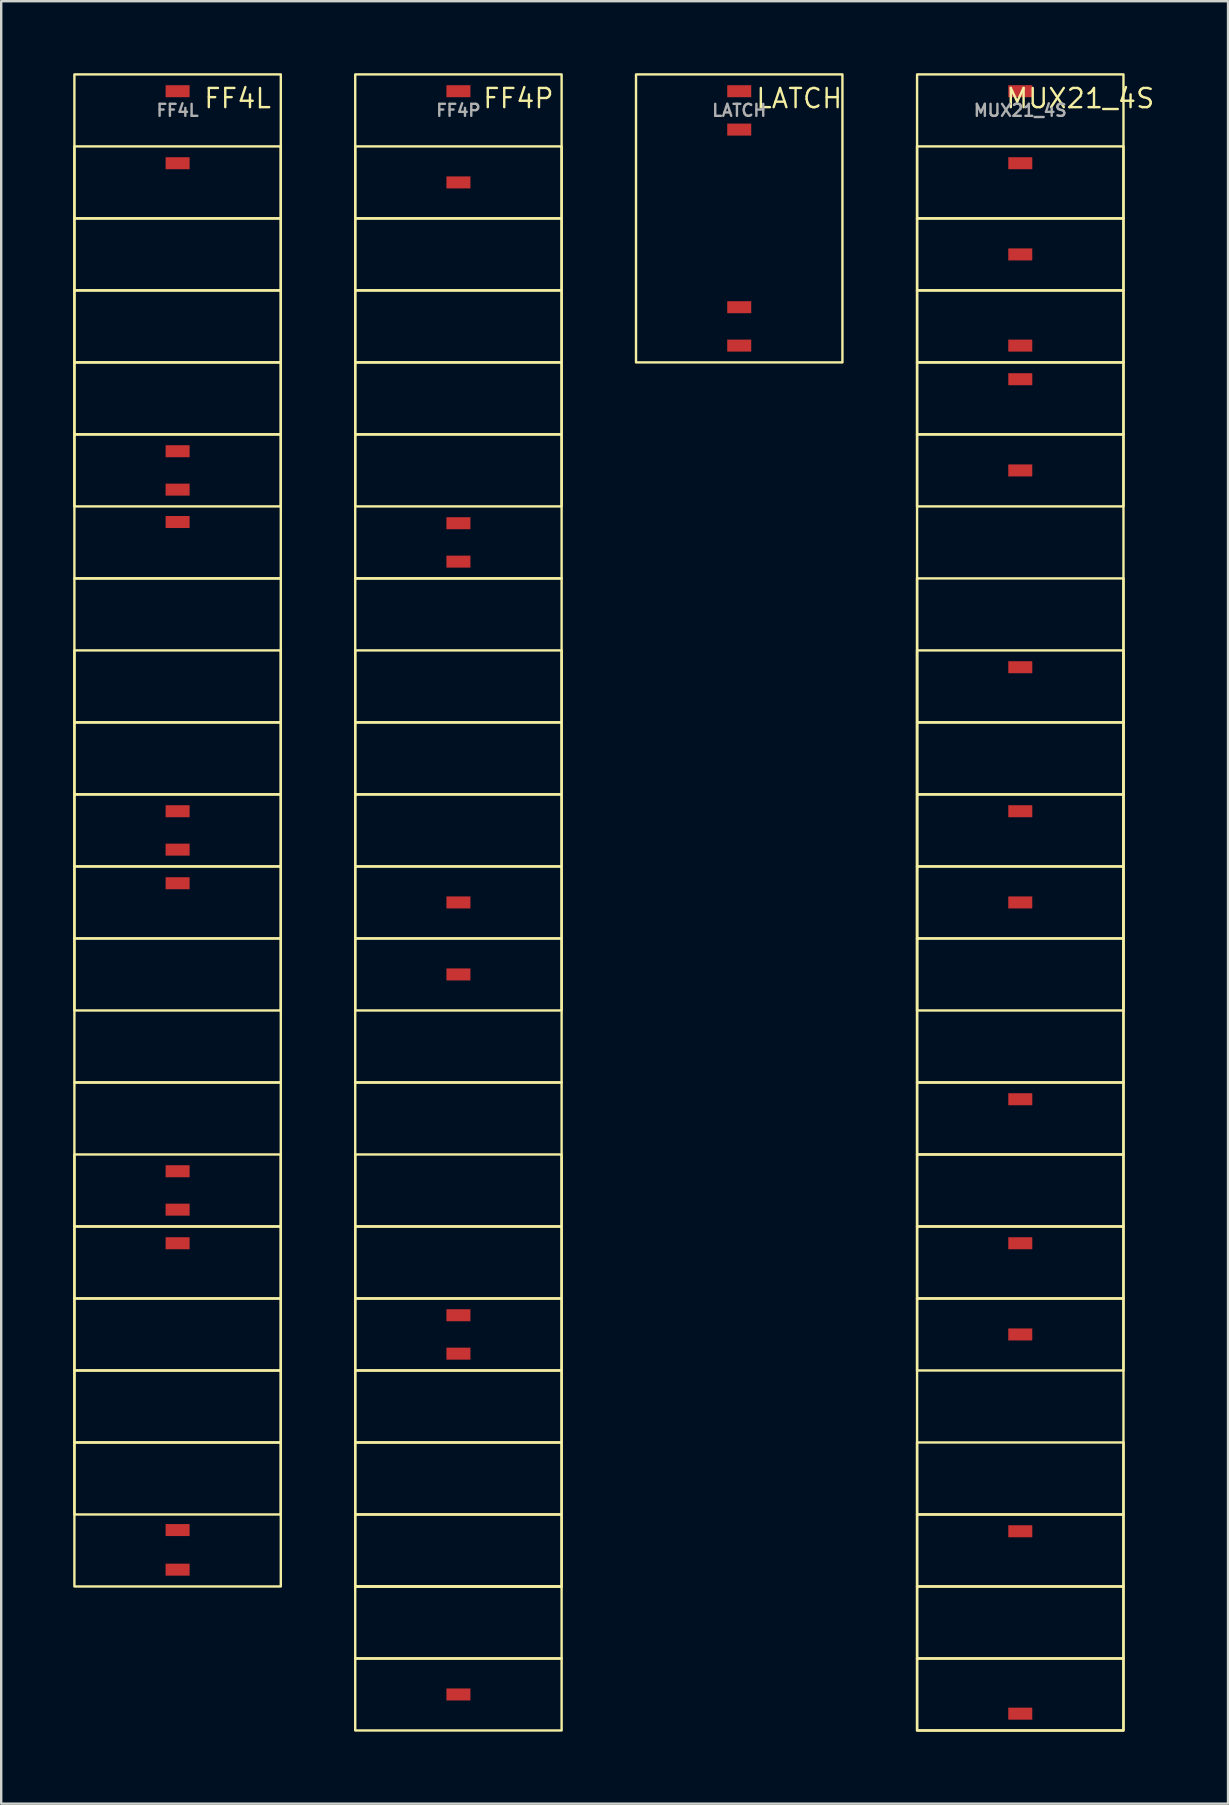
<source format=kicad_pcb>
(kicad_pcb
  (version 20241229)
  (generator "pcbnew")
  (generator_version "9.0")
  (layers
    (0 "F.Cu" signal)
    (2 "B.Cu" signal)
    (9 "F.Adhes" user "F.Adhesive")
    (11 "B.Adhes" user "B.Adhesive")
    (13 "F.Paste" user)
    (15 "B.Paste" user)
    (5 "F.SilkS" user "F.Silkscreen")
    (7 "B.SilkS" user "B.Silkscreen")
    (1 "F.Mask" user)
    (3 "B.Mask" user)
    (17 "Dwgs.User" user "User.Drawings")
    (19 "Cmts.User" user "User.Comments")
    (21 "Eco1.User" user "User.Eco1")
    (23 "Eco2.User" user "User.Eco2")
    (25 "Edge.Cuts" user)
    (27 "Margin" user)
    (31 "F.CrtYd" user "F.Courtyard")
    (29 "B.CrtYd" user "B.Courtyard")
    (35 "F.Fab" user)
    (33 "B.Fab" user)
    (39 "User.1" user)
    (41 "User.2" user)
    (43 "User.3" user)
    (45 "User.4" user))
  (footprint "MUX21_4S"
    (layer "F.Cu")
    (at 39.46 1.55)
    (property "Reference" "MUX21_4S" (at 2.5 -0.5 0) (unlocked yes) (layer "F.SilkS") (effects (font (size 0.8 0.8) (thickness 0.1))))
    (attr smd)
    (fp_rect (start -4.3 -1.5) (end 4.3 67.5) (stroke (width 0.1) (type default)) (fill no) (layer "F.SilkS"))
    (fp_rect (start -4.3 1.5) (end 4.3 4.5) (stroke (width 0.1) (type default)) (fill no) (layer "F.SilkS"))
    (fp_rect (start -4.3 4.5) (end 4.3 7.5) (stroke (width 0.1) (type default)) (fill no) (layer "F.SilkS"))
    (fp_rect (start -4.3 7.5) (end 4.3 10.5) (stroke (width 0.1) (type default)) (fill no) (layer "F.SilkS"))
    (fp_rect (start -4.3 10.5) (end 4.3 13.5) (stroke (width 0.1) (type default)) (fill no) (layer "F.SilkS"))
    (fp_rect (start -4.3 13.5) (end 4.3 16.5) (stroke (width 0.1) (type default)) (fill no) (layer "F.SilkS"))
    (fp_rect (start -4.3 19.5) (end 4.3 40.5) (stroke (width 0.1) (type default)) (fill no) (layer "F.SilkS"))
    (fp_rect (start -4.3 22.5) (end 4.3 25.5) (stroke (width 0.1) (type default)) (fill no) (layer "F.SilkS"))
    (fp_rect (start -4.3 25.5) (end 4.3 28.5) (stroke (width 0.1) (type default)) (fill no) (layer "F.SilkS"))
    (fp_rect (start -4.3 28.5) (end 4.3 31.5) (stroke (width 0.1) (type default)) (fill no) (layer "F.SilkS"))
    (fp_rect (start -4.3 31.5) (end 4.3 34.5) (stroke (width 0.1) (type default)) (fill no) (layer "F.SilkS"))
    (fp_rect (start -4.3 34.5) (end 4.3 37.5) (stroke (width 0.1) (type default)) (fill no) (layer "F.SilkS"))
    (fp_rect (start -4.3 40.5) (end 4.3 43.5) (stroke (width 0.1) (type default)) (fill no) (layer "F.SilkS"))
    (fp_rect (start -4.3 43.5) (end 4.3 46.5) (stroke (width 0.1) (type default)) (fill no) (layer "F.SilkS"))
    (fp_rect (start -4.3 46.5) (end 4.3 49.5) (stroke (width 0.1) (type default)) (fill no) (layer "F.SilkS"))
    (fp_rect (start -4.3 49.5) (end 4.3 52.5) (stroke (width 0.1) (type default)) (fill no) (layer "F.SilkS"))
    (fp_rect (start -4.3 55.5) (end 4.3 58.5) (stroke (width 0.1) (type default)) (fill no) (layer "F.SilkS"))
    (fp_rect (start -4.3 58.5) (end 4.3 61.5) (stroke (width 0.1) (type default)) (fill no) (layer "F.SilkS"))
    (fp_rect (start -4.3 61.5) (end 4.3 64.5) (stroke (width 0.1) (type default)) (fill no) (layer "F.SilkS"))
    (fp_rect (start -4.3 64.5) (end 4.3 67.5) (stroke (width 0.1) (type default)) (fill no) (layer "F.SilkS"))
    (fp_text user "${REFERENCE}" (at 0 0 0) (unlocked yes) (layer "F.Fab") (effects (font (size 0.5 0.5) (thickness 0.1) (bold yes))))
    (pad "1" smd rect (at 0 -0.8) (size 1 0.5) (layers "F.Cu" "F.Mask" "F.Paste"))
    (pad "2" smd rect (at 0 2.2) (size 1 0.5) (layers "F.Cu" "F.Mask" "F.Paste"))
    (pad "3" smd rect (at 0 6) (size 1 0.5) (layers "F.Cu" "F.Mask" "F.Paste"))
    (pad "4" smd rect (at 0 9.8) (size 1 0.5) (layers "F.Cu" "F.Mask" "F.Paste"))
    (pad "5" smd rect (at 0 11.2) (size 1 0.5) (layers "F.Cu" "F.Mask" "F.Paste"))
    (pad "6" smd rect (at 0 15) (size 1 0.5) (layers "F.Cu" "F.Mask" "F.Paste"))
    (pad "7" smd rect (at 0 23.2) (size 1 0.5) (layers "F.Cu" "F.Mask" "F.Paste"))
    (pad "8" smd rect (at 0 29.2) (size 1 0.5) (layers "F.Cu" "F.Mask" "F.Paste"))
    (pad "9" smd rect (at 0 33) (size 1 0.5) (layers "F.Cu" "F.Mask" "F.Paste"))
    (pad "10" smd rect (at 0 41.2) (size 1 0.5) (layers "F.Cu" "F.Mask" "F.Paste"))
    (pad "11" smd rect (at 0 47.2) (size 1 0.5) (layers "F.Cu" "F.Mask" "F.Paste"))
    (pad "12" smd rect (at 0 51) (size 1 0.5) (layers "F.Cu" "F.Mask" "F.Paste"))
    (pad "13" smd rect (at 0 59.2) (size 1 0.5) (layers "F.Cu" "F.Mask" "F.Paste"))
    (pad "14" smd rect (at 0 66.8) (size 1 0.5) (layers "F.Cu" "F.Mask" "F.Paste")))
  (footprint "FF4L"
    (layer "F.Cu")
    (at 4.35 1.55)
    (property "Reference" "FF4L" (at 2.5 -0.5 0) (unlocked yes) (layer "F.SilkS") (effects (font (size 0.8 0.8) (thickness 0.1))))
    (attr smd)
    (fp_rect (start -4.3 -1.5) (end 4.3 19.5) (stroke (width 0.1) (type default)) (fill no) (layer "F.SilkS"))
    (fp_rect (start -4.3 1.5) (end 4.3 4.5) (stroke (width 0.1) (type default)) (fill no) (layer "F.SilkS"))
    (fp_rect (start -4.3 4.5) (end 4.3 7.5) (stroke (width 0.1) (type default)) (fill no) (layer "F.SilkS"))
    (fp_rect (start -4.3 7.5) (end 4.3 10.5) (stroke (width 0.1) (type default)) (fill no) (layer "F.SilkS"))
    (fp_rect (start -4.3 10.5) (end 4.3 13.5) (stroke (width 0.1) (type default)) (fill no) (layer "F.SilkS"))
    (fp_rect (start -4.3 13.5) (end 4.3 16.5) (stroke (width 0.1) (type default)) (fill no) (layer "F.SilkS"))
    (fp_rect (start -4.3 19.5) (end 4.3 40.5) (stroke (width 0.1) (type default)) (fill no) (layer "F.SilkS"))
    (fp_rect (start -4.3 22.5) (end 4.3 25.5) (stroke (width 0.1) (type default)) (fill no) (layer "F.SilkS"))
    (fp_rect (start -4.3 25.5) (end 4.3 28.5) (stroke (width 0.1) (type default)) (fill no) (layer "F.SilkS"))
    (fp_rect (start -4.3 28.5) (end 4.3 31.5) (stroke (width 0.1) (type default)) (fill no) (layer "F.SilkS"))
    (fp_rect (start -4.3 31.5) (end 4.3 34.5) (stroke (width 0.1) (type default)) (fill no) (layer "F.SilkS"))
    (fp_rect (start -4.3 34.5) (end 4.3 37.5) (stroke (width 0.1) (type default)) (fill no) (layer "F.SilkS"))
    (fp_rect (start -4.3 40.5) (end 4.3 61.5) (stroke (width 0.1) (type default)) (fill no) (layer "F.SilkS"))
    (fp_rect (start -4.3 43.5) (end 4.3 46.5) (stroke (width 0.1) (type default)) (fill no) (layer "F.SilkS"))
    (fp_rect (start -4.3 46.5) (end 4.3 49.5) (stroke (width 0.1) (type default)) (fill no) (layer "F.SilkS"))
    (fp_rect (start -4.3 49.5) (end 4.3 52.5) (stroke (width 0.1) (type default)) (fill no) (layer "F.SilkS"))
    (fp_rect (start -4.3 52.5) (end 4.3 55.5) (stroke (width 0.1) (type default)) (fill no) (layer "F.SilkS"))
    (fp_rect (start -4.3 55.5) (end 4.3 58.5) (stroke (width 0.1) (type default)) (fill no) (layer "F.SilkS"))
    (fp_text user "${REFERENCE}" (at 0 0 0) (unlocked yes) (layer "F.Fab") (effects (font (size 0.5 0.5) (thickness 0.1) (bold yes))))
    (pad "1" smd rect (at 0 -0.8) (size 1 0.5) (layers "F.Cu" "F.Mask" "F.Paste"))
    (pad "2" smd rect (at 0 2.2) (size 1 0.5) (layers "F.Cu" "F.Mask" "F.Paste"))
    (pad "3" smd rect (at 0 14.2) (size 1 0.5) (layers "F.Cu" "F.Mask" "F.Paste"))
    (pad "4" smd rect (at 0 15.8) (size 1 0.5) (layers "F.Cu" "F.Mask" "F.Paste"))
    (pad "5" smd rect (at 0 17.15) (size 1 0.5) (layers "F.Cu" "F.Mask" "F.Paste"))
    (pad "6" smd rect (at 0 29.2) (size 1 0.5) (layers "F.Cu" "F.Mask" "F.Paste"))
    (pad "7" smd rect (at 0 30.8) (size 1 0.5) (layers "F.Cu" "F.Mask" "F.Paste"))
    (pad "8" smd rect (at 0 32.2) (size 1 0.5) (layers "F.Cu" "F.Mask" "F.Paste"))
    (pad "9" smd rect (at 0 44.2) (size 1 0.5) (layers "F.Cu" "F.Mask" "F.Paste"))
    (pad "10" smd rect (at 0 45.8) (size 1 0.5) (layers "F.Cu" "F.Mask" "F.Paste"))
    (pad "11" smd rect (at 0 47.2) (size 1 0.5) (layers "F.Cu" "F.Mask" "F.Paste"))
    (pad "12" smd rect (at 0 59.15) (size 1 0.5) (layers "F.Cu" "F.Mask" "F.Paste"))
    (pad "13" smd rect (at 0 60.8) (size 1 0.5) (layers "F.Cu" "F.Mask" "F.Paste")))
  (footprint "FF4P"
    (layer "F.Cu")
    (at 16.05 1.55)
    (property "Reference" "FF4P" (at 2.5 -0.5 0) (unlocked yes) (layer "F.SilkS") (effects (font (size 0.8 0.8) (thickness 0.1))))
    (attr smd)
    (fp_rect (start -4.3 -1.5) (end 4.3 19.5) (stroke (width 0.1) (type default)) (fill no) (layer "F.SilkS"))
    (fp_rect (start -4.3 1.5) (end 4.3 4.5) (stroke (width 0.1) (type default)) (fill no) (layer "F.SilkS"))
    (fp_rect (start -4.3 4.5) (end 4.3 7.5) (stroke (width 0.1) (type default)) (fill no) (layer "F.SilkS"))
    (fp_rect (start -4.3 7.5) (end 4.3 10.5) (stroke (width 0.1) (type default)) (fill no) (layer "F.SilkS"))
    (fp_rect (start -4.3 10.5) (end 4.3 13.5) (stroke (width 0.1) (type default)) (fill no) (layer "F.SilkS"))
    (fp_rect (start -4.3 13.5) (end 4.3 16.5) (stroke (width 0.1) (type default)) (fill no) (layer "F.SilkS"))
    (fp_rect (start -4.3 19.5) (end 4.3 40.5) (stroke (width 0.1) (type default)) (fill no) (layer "F.SilkS"))
    (fp_rect (start -4.3 22.5) (end 4.3 25.5) (stroke (width 0.1) (type default)) (fill no) (layer "F.SilkS"))
    (fp_rect (start -4.3 25.5) (end 4.3 28.5) (stroke (width 0.1) (type default)) (fill no) (layer "F.SilkS"))
    (fp_rect (start -4.3 28.5) (end 4.3 31.5) (stroke (width 0.1) (type default)) (fill no) (layer "F.SilkS"))
    (fp_rect (start -4.3 31.5) (end 4.3 34.5) (stroke (width 0.1) (type default)) (fill no) (layer "F.SilkS"))
    (fp_rect (start -4.3 34.5) (end 4.3 37.5) (stroke (width 0.1) (type default)) (fill no) (layer "F.SilkS"))
    (fp_rect (start -4.3 40.5) (end 4.3 61.5) (stroke (width 0.1) (type default)) (fill no) (layer "F.SilkS"))
    (fp_rect (start -4.3 43.5) (end 4.3 46.5) (stroke (width 0.1) (type default)) (fill no) (layer "F.SilkS"))
    (fp_rect (start -4.3 46.5) (end 4.3 49.5) (stroke (width 0.1) (type default)) (fill no) (layer "F.SilkS"))
    (fp_rect (start -4.3 49.5) (end 4.3 52.5) (stroke (width 0.1) (type default)) (fill no) (layer "F.SilkS"))
    (fp_rect (start -4.3 52.5) (end 4.3 55.5) (stroke (width 0.1) (type default)) (fill no) (layer "F.SilkS"))
    (fp_rect (start -4.3 55.5) (end 4.3 58.5) (stroke (width 0.1) (type default)) (fill no) (layer "F.SilkS"))
    (fp_rect (start -4.3 58.5) (end 4.3 61.5) (stroke (width 0.1) (type default)) (fill no) (layer "F.SilkS"))
    (fp_rect (start -4.3 61.5) (end 4.3 64.5) (stroke (width 0.1) (type default)) (fill no) (layer "F.SilkS"))
    (fp_rect (start -4.3 64.5) (end 4.3 67.5) (stroke (width 0.1) (type default)) (fill no) (layer "F.SilkS"))
    (fp_text user "${REFERENCE}" (at 0 0 0) (unlocked yes) (layer "F.Fab") (effects (font (size 0.5 0.5) (thickness 0.1) (bold yes))))
    (pad "1" smd rect (at 0 -0.8) (size 1 0.5) (layers "F.Cu" "F.Mask" "F.Paste"))
    (pad "2" smd rect (at 0 3) (size 1 0.5) (layers "F.Cu" "F.Mask" "F.Paste"))
    (pad "3" smd rect (at 0 17.2) (size 1 0.5) (layers "F.Cu" "F.Mask" "F.Paste"))
    (pad "4" smd rect (at 0 18.8) (size 1 0.5) (layers "F.Cu" "F.Mask" "F.Paste"))
    (pad "5" smd rect (at 0 33) (size 1 0.5) (layers "F.Cu" "F.Mask" "F.Paste"))
    (pad "6" smd rect (at 0 36) (size 1 0.5) (layers "F.Cu" "F.Mask" "F.Paste"))
    (pad "7" smd rect (at 0 50.2) (size 1 0.5) (layers "F.Cu" "F.Mask" "F.Paste"))
    (pad "8" smd rect (at 0 51.8) (size 1 0.5) (layers "F.Cu" "F.Mask" "F.Paste"))
    (pad "9" smd rect (at 0 66) (size 1 0.5) (layers "F.Cu" "F.Mask" "F.Paste")))
  (footprint "LATCH"
    (layer "F.Cu")
    (at 27.75 1.55)
    (property "Reference" "LATCH" (at 2.5 -0.5 0) (unlocked yes) (layer "F.SilkS") (effects (font (size 0.8 0.8) (thickness 0.1))))
    (attr smd)
    (fp_rect (start -4.3 -1.5) (end 4.3 10.5) (stroke (width 0.1) (type default)) (fill no) (layer "F.SilkS"))
    (fp_text user "${REFERENCE}" (at 0 0 0) (unlocked yes) (layer "F.Fab") (effects (font (size 0.5 0.5) (thickness 0.1) (bold yes))))
    (pad "1" smd rect (at 0 -0.8) (size 1 0.5) (layers "F.Cu" "F.Mask" "F.Paste"))
    (pad "2" smd rect (at 0 0.8) (size 1 0.5) (layers "F.Cu" "F.Mask" "F.Paste"))
    (pad "3" smd rect (at 0 8.2) (size 1 0.5) (layers "F.Cu" "F.Mask" "F.Paste"))
    (pad "4" smd rect (at 0 9.8) (size 1 0.5) (layers "F.Cu" "F.Mask" "F.Paste")))
  (gr_rect
    (start -3 -3)
    (end 48.116 72.1)
    (stroke (width 0.1) (type default))
    (fill no)
    (layer "Edge.Cuts")))
</source>
